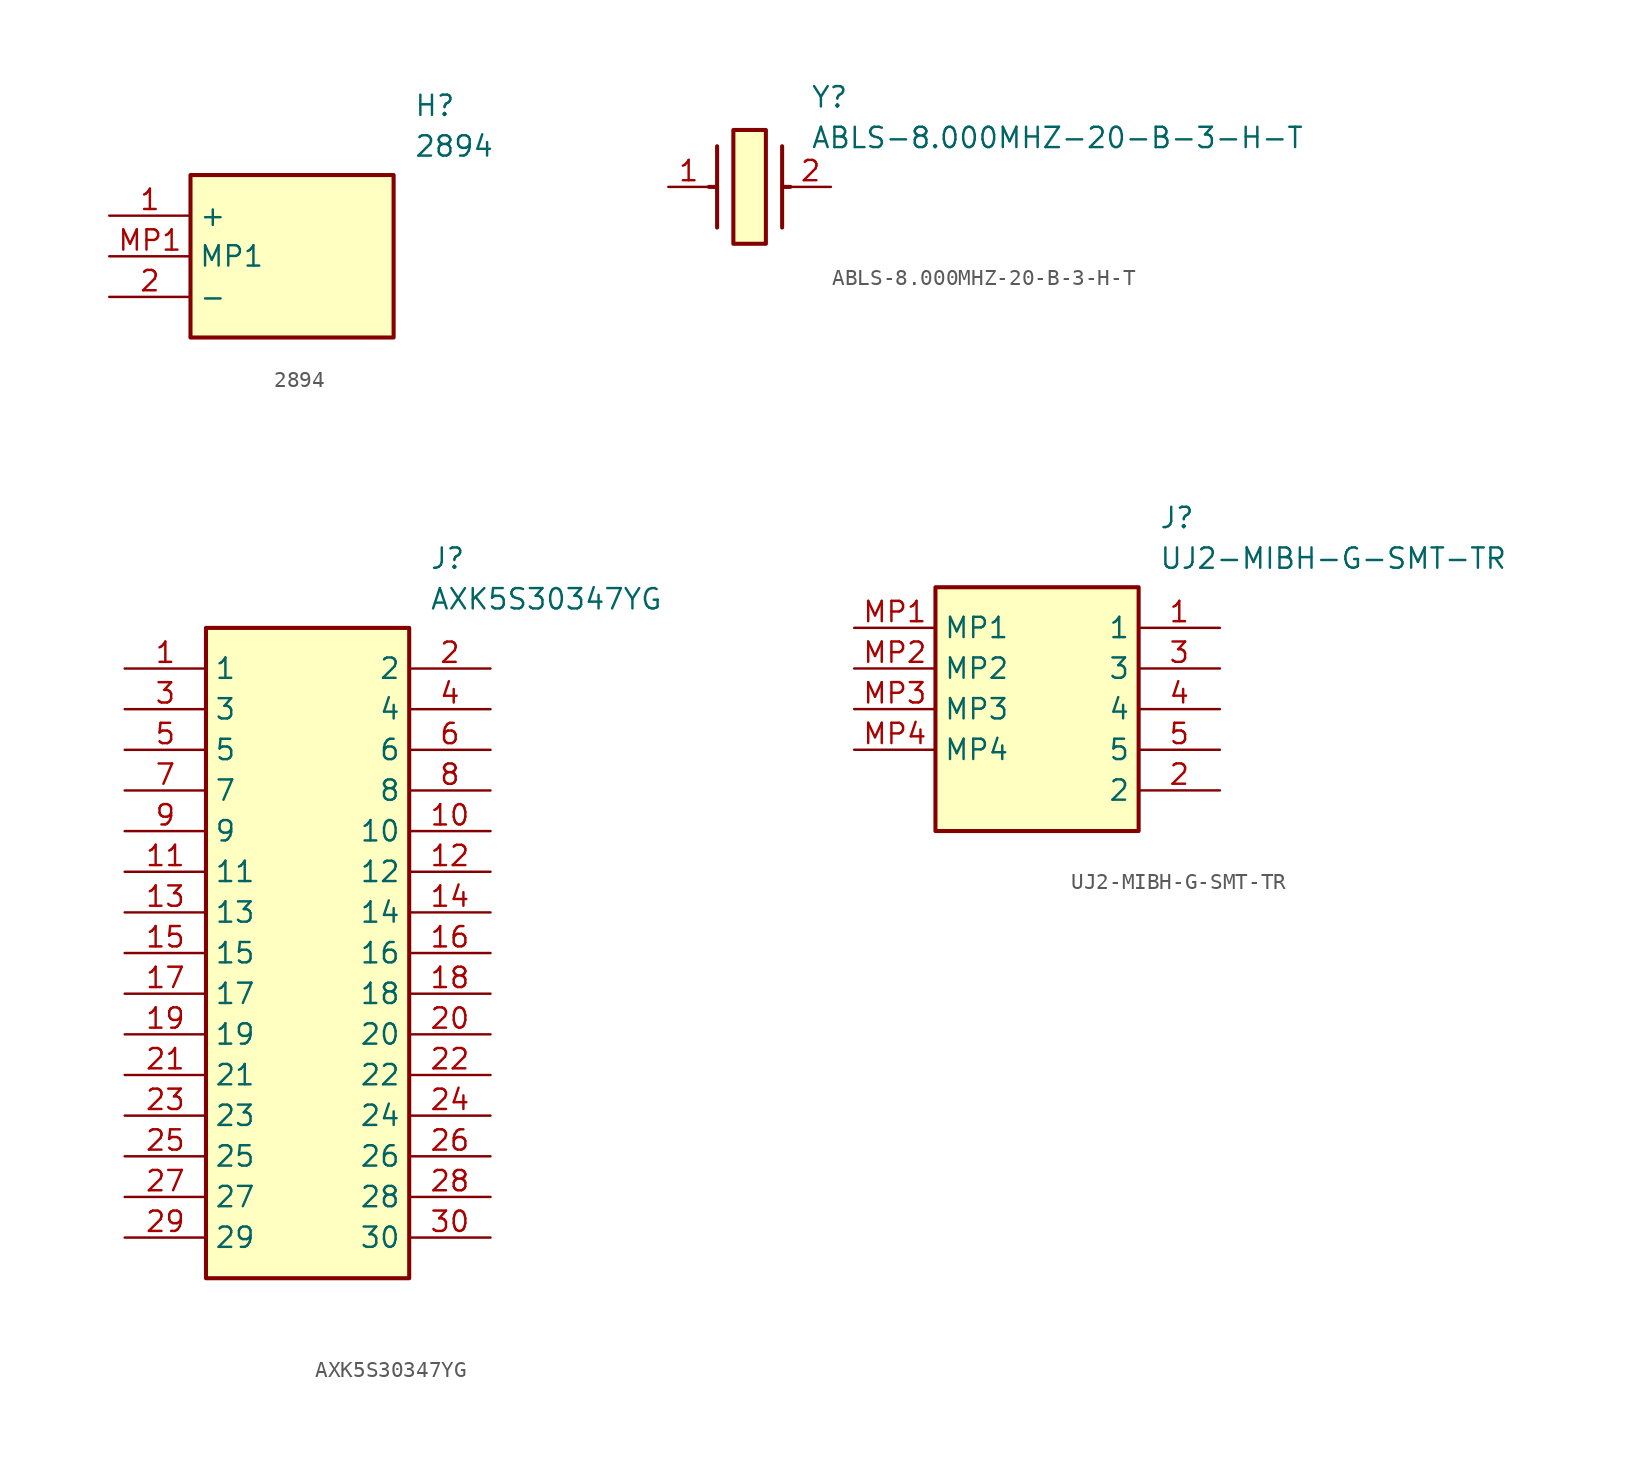
<source format=kicad_sym>
(kicad_symbol_lib
  (version 20220914)
  (generator kicad_symbol_editor)
  (symbol "2894"
    (property "Reference" "H"
      (at 19.05 7.62 0)
      (effects (font (size 1.27 1.27)) (justify left top)))
    (property "Value" "2894"
      (at 19.05 5.08 0)
      (effects (font (size 1.27 1.27)) (justify left top)))
    (symbol "2894_1_1"
      (rectangle (start 5.08 2.54) (end 17.78 -7.62) (stroke (width 0.254) (type default)) (fill (type background)))
      (pin passive line (at 0 0 0) (length 5.08) (name "+" (effects (font (size 1.27 1.27)))) (number "1" (effects (font (size 1.27 1.27)))))
      (pin passive line (at 0 -5.08 0) (length 5.08) (name "-" (effects (font (size 1.27 1.27)))) (number "2" (effects (font (size 1.27 1.27)))))
      (pin passive line (at 0 -2.54 0) (length 5.08) (name "MP1" (effects (font (size 1.27 1.27)))) (number "MP1" (effects (font (size 1.27 1.27)))))))
  (symbol "ABLS-8.000MHZ-20-B-3-H-T"
    (pin_names hide)
    (property "Reference" "Y"
      (at 8.89 6.35 0)
      (effects (font (size 1.27 1.27)) (justify left top)))
    (property "Value" "ABLS-8.000MHZ-20-B-3-H-T"
      (at 8.89 3.81 0)
      (effects (font (size 1.27 1.27)) (justify left top)))
    (symbol "ABLS-8.000MHZ-20-B-3-H-T_1_1"
      (polyline (pts (xy 3.048 0) (xy 2.54 0)) (stroke (width 0.254) (type default)) (fill (type none)))
      (polyline (pts (xy 3.048 2.54) (xy 3.048 -2.54)) (stroke (width 0.254) (type default)) (fill (type none)))
      (polyline (pts (xy 7.112 0) (xy 7.62 0)) (stroke (width 0.254) (type default)) (fill (type none)))
      (polyline (pts (xy 7.112 2.54) (xy 7.112 -2.54)) (stroke (width 0.254) (type default)) (fill (type none)))
      (rectangle (start 4.064 3.556) (end 6.096 -3.556) (stroke (width 0.254) (type default)) (fill (type background)))
      (pin passive line (at 0 0 0) (length 2.54) (name "1" (effects (font (size 1.27 1.27)))) (number "1" (effects (font (size 1.27 1.27)))))
      (pin passive line (at 10.16 0 180) (length 2.54) (name "2" (effects (font (size 1.27 1.27)))) (number "2" (effects (font (size 1.27 1.27)))))))
  (symbol "AXK5S30347YG"
    (property "Reference" "J"
      (at 19.05 7.62 0)
      (effects (font (size 1.27 1.27)) (justify left top)))
    (property "Value" "AXK5S30347YG"
      (at 19.05 5.08 0)
      (effects (font (size 1.27 1.27)) (justify left top)))
    (rectangle
      (start 5.08 2.54)
      (end 17.78 -38.1)
      (stroke (width 0.254) (type default))
      (fill (type background)))
    (pin passive line
      (at 0 0 0)
      (length 5.08)
      (name "1" (effects (font (size 1.27 1.27))))
      (number "1" (effects (font (size 1.27 1.27)))))
    (pin passive line
      (at 22.86 0 180)
      (length 5.08)
      (name "2" (effects (font (size 1.27 1.27))))
      (number "2" (effects (font (size 1.27 1.27)))))
    (pin passive line
      (at 0 -2.54 0)
      (length 5.08)
      (name "3" (effects (font (size 1.27 1.27))))
      (number "3" (effects (font (size 1.27 1.27)))))
    (pin passive line
      (at 22.86 -2.54 180)
      (length 5.08)
      (name "4" (effects (font (size 1.27 1.27))))
      (number "4" (effects (font (size 1.27 1.27)))))
    (pin passive line
      (at 0 -5.08 0)
      (length 5.08)
      (name "5" (effects (font (size 1.27 1.27))))
      (number "5" (effects (font (size 1.27 1.27)))))
    (pin passive line
      (at 22.86 -5.08 180)
      (length 5.08)
      (name "6" (effects (font (size 1.27 1.27))))
      (number "6" (effects (font (size 1.27 1.27)))))
    (pin passive line
      (at 0 -7.62 0)
      (length 5.08)
      (name "7" (effects (font (size 1.27 1.27))))
      (number "7" (effects (font (size 1.27 1.27)))))
    (pin passive line
      (at 22.86 -7.62 180)
      (length 5.08)
      (name "8" (effects (font (size 1.27 1.27))))
      (number "8" (effects (font (size 1.27 1.27)))))
    (pin passive line
      (at 0 -10.16 0)
      (length 5.08)
      (name "9" (effects (font (size 1.27 1.27))))
      (number "9" (effects (font (size 1.27 1.27)))))
    (pin passive line
      (at 22.86 -10.16 180)
      (length 5.08)
      (name "10" (effects (font (size 1.27 1.27))))
      (number "10" (effects (font (size 1.27 1.27)))))
    (pin passive line
      (at 0 -12.7 0)
      (length 5.08)
      (name "11" (effects (font (size 1.27 1.27))))
      (number "11" (effects (font (size 1.27 1.27)))))
    (pin passive line
      (at 22.86 -12.7 180)
      (length 5.08)
      (name "12" (effects (font (size 1.27 1.27))))
      (number "12" (effects (font (size 1.27 1.27)))))
    (pin passive line
      (at 0 -15.24 0)
      (length 5.08)
      (name "13" (effects (font (size 1.27 1.27))))
      (number "13" (effects (font (size 1.27 1.27)))))
    (pin passive line
      (at 22.86 -15.24 180)
      (length 5.08)
      (name "14" (effects (font (size 1.27 1.27))))
      (number "14" (effects (font (size 1.27 1.27)))))
    (pin passive line
      (at 0 -17.78 0)
      (length 5.08)
      (name "15" (effects (font (size 1.27 1.27))))
      (number "15" (effects (font (size 1.27 1.27)))))
    (pin passive line
      (at 22.86 -17.78 180)
      (length 5.08)
      (name "16" (effects (font (size 1.27 1.27))))
      (number "16" (effects (font (size 1.27 1.27)))))
    (pin passive line
      (at 0 -20.32 0)
      (length 5.08)
      (name "17" (effects (font (size 1.27 1.27))))
      (number "17" (effects (font (size 1.27 1.27)))))
    (pin passive line
      (at 22.86 -20.32 180)
      (length 5.08)
      (name "18" (effects (font (size 1.27 1.27))))
      (number "18" (effects (font (size 1.27 1.27)))))
    (pin passive line
      (at 0 -22.86 0)
      (length 5.08)
      (name "19" (effects (font (size 1.27 1.27))))
      (number "19" (effects (font (size 1.27 1.27)))))
    (pin passive line
      (at 22.86 -22.86 180)
      (length 5.08)
      (name "20" (effects (font (size 1.27 1.27))))
      (number "20" (effects (font (size 1.27 1.27)))))
    (pin passive line
      (at 0 -25.4 0)
      (length 5.08)
      (name "21" (effects (font (size 1.27 1.27))))
      (number "21" (effects (font (size 1.27 1.27)))))
    (pin passive line
      (at 22.86 -25.4 180)
      (length 5.08)
      (name "22" (effects (font (size 1.27 1.27))))
      (number "22" (effects (font (size 1.27 1.27)))))
    (pin passive line
      (at 0 -27.94 0)
      (length 5.08)
      (name "23" (effects (font (size 1.27 1.27))))
      (number "23" (effects (font (size 1.27 1.27)))))
    (pin passive line
      (at 22.86 -27.94 180)
      (length 5.08)
      (name "24" (effects (font (size 1.27 1.27))))
      (number "24" (effects (font (size 1.27 1.27)))))
    (pin passive line
      (at 0 -30.48 0)
      (length 5.08)
      (name "25" (effects (font (size 1.27 1.27))))
      (number "25" (effects (font (size 1.27 1.27)))))
    (pin passive line
      (at 22.86 -30.48 180)
      (length 5.08)
      (name "26" (effects (font (size 1.27 1.27))))
      (number "26" (effects (font (size 1.27 1.27)))))
    (pin passive line
      (at 0 -33.02 0)
      (length 5.08)
      (name "27" (effects (font (size 1.27 1.27))))
      (number "27" (effects (font (size 1.27 1.27)))))
    (pin passive line
      (at 22.86 -33.02 180)
      (length 5.08)
      (name "28" (effects (font (size 1.27 1.27))))
      (number "28" (effects (font (size 1.27 1.27)))))
    (pin passive line
      (at 0 -35.56 0)
      (length 5.08)
      (name "29" (effects (font (size 1.27 1.27))))
      (number "29" (effects (font (size 1.27 1.27)))))
    (pin passive line
      (at 22.86 -35.56 180)
      (length 5.08)
      (name "30" (effects (font (size 1.27 1.27))))
      (number "30" (effects (font (size 1.27 1.27))))))
  (symbol "UJ2-MIBH-G-SMT-TR"
    (property "Reference" "J"
      (at 19.05 7.62 0)
      (effects (font (size 1.27 1.27)) (justify left top)))
    (property "Value" "UJ2-MIBH-G-SMT-TR"
      (at 19.05 5.08 0)
      (effects (font (size 1.27 1.27)) (justify left top)))
    (symbol "UJ2-MIBH-G-SMT-TR_1_1"
      (rectangle (start 5.08 2.54) (end 17.78 -12.7) (stroke (width 0.254) (type default)) (fill (type background)))
      (pin passive line (at 22.86 0 180) (length 5.08) (name "1" (effects (font (size 1.27 1.27)))) (number "1" (effects (font (size 1.27 1.27)))))
      (pin passive line (at 22.86 -10.16 180) (length 5.08) (name "2" (effects (font (size 1.27 1.27)))) (number "2" (effects (font (size 1.27 1.27)))))
      (pin passive line (at 22.86 -2.54 180) (length 5.08) (name "3" (effects (font (size 1.27 1.27)))) (number "3" (effects (font (size 1.27 1.27)))))
      (pin passive line (at 22.86 -5.08 180) (length 5.08) (name "4" (effects (font (size 1.27 1.27)))) (number "4" (effects (font (size 1.27 1.27)))))
      (pin passive line (at 22.86 -7.62 180) (length 5.08) (name "5" (effects (font (size 1.27 1.27)))) (number "5" (effects (font (size 1.27 1.27)))))
      (pin passive line (at 0 0 0) (length 5.08) (name "MP1" (effects (font (size 1.27 1.27)))) (number "MP1" (effects (font (size 1.27 1.27)))))
      (pin passive line (at 0 -2.54 0) (length 5.08) (name "MP2" (effects (font (size 1.27 1.27)))) (number "MP2" (effects (font (size 1.27 1.27)))))
      (pin passive line (at 0 -5.08 0) (length 5.08) (name "MP3" (effects (font (size 1.27 1.27)))) (number "MP3" (effects (font (size 1.27 1.27)))))
      (pin passive line (at 0 -7.62 0) (length 5.08) (name "MP4" (effects (font (size 1.27 1.27)))) (number "MP4" (effects (font (size 1.27 1.27))))))))
</source>
